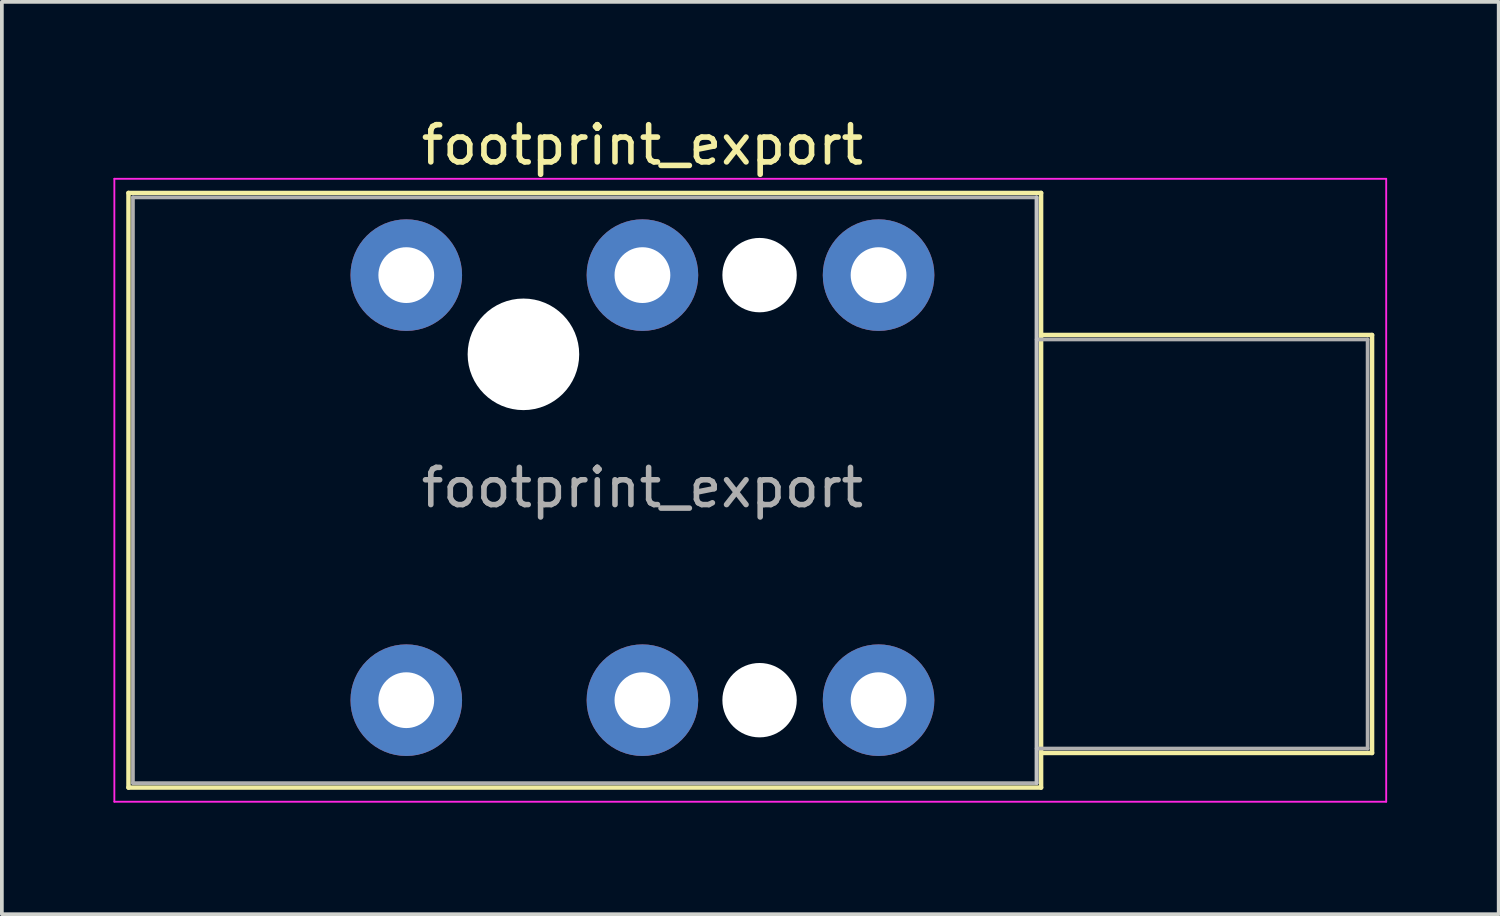
<source format=kicad_pcb>
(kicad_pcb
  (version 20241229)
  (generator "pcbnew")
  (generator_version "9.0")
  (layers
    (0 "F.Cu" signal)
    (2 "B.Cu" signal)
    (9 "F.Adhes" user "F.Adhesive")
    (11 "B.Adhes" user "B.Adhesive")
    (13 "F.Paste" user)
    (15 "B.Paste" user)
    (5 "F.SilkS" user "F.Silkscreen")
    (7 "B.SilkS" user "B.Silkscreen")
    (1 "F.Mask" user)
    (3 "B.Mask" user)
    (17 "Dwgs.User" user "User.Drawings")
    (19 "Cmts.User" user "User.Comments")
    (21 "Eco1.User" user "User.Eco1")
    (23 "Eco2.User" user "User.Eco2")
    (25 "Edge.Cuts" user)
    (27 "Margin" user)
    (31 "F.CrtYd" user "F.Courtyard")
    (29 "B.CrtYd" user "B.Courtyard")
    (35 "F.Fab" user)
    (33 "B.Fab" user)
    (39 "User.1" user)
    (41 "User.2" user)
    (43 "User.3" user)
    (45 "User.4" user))
  (footprint "footprint_export"
    (layer "F.Cu")
    (at 7.875 4.348)
    (property "Reference" "footprint_export" (at 6.35 -3.5 0) (layer "F.SilkS") (effects (font (size 1 1) (thickness 0.15))))
    (attr through_hole)
    (fp_line (start -7.47 -2.21) (end 17.07 -2.21) (stroke (width 0.12) (type solid)) (layer "F.SilkS"))
    (fp_line (start -7.47 13.78) (end -7.47 -2.21) (stroke (width 0.12) (type solid)) (layer "F.SilkS"))
    (fp_line (start -7.47 13.78) (end 17.07 13.78) (stroke (width 0.12) (type solid)) (layer "F.SilkS"))
    (fp_line (start 17.07 -2.21) (end 17.07 13.78) (stroke (width 0.12) (type solid)) (layer "F.SilkS"))
    (fp_line (start 25.97 1.61) (end 17.07 1.61) (stroke (width 0.12) (type solid)) (layer "F.SilkS"))
    (fp_line (start 25.97 12.85) (end 17.07 12.85) (stroke (width 0.12) (type solid)) (layer "F.SilkS"))
    (fp_line (start 25.97 12.85) (end 25.97 1.61) (stroke (width 0.12) (type solid)) (layer "F.SilkS"))
    (fp_line (start 16.95 -2.09) (end 16.95 13.66) (stroke (width 0.1) (type solid)) (layer "Dwgs.User"))
    (fp_line (start -7.85 14.16) (end -7.85 -2.59) (stroke (width 0.05) (type solid)) (layer "F.CrtYd"))
    (fp_line (start -7.85 14.16) (end 26.35 14.16) (stroke (width 0.05) (type solid)) (layer "F.CrtYd"))
    (fp_line (start 26.35 -2.59) (end -7.85 -2.59) (stroke (width 0.05) (type solid)) (layer "F.CrtYd"))
    (fp_line (start 26.35 14.16) (end 26.35 -2.59) (stroke (width 0.05) (type solid)) (layer "F.CrtYd"))
    (fp_line (start -7.35 -2.09) (end 16.95 -2.09) (stroke (width 0.1) (type solid)) (layer "F.Fab"))
    (fp_line (start -7.35 13.66) (end -7.35 -2.09) (stroke (width 0.1) (type solid)) (layer "F.Fab"))
    (fp_line (start 16.95 -2.09) (end 16.95 13.66) (stroke (width 0.1) (type solid)) (layer "F.Fab"))
    (fp_line (start 16.95 12.73) (end 25.85 12.73) (stroke (width 0.1) (type solid)) (layer "F.Fab"))
    (fp_line (start 16.95 13.66) (end -7.35 13.66) (stroke (width 0.1) (type solid)) (layer "F.Fab"))
    (fp_line (start 25.85 1.73) (end 16.95 1.73) (stroke (width 0.1) (type solid)) (layer "F.Fab"))
    (fp_line (start 25.85 12.73) (end 25.85 1.73) (stroke (width 0.1) (type solid)) (layer "F.Fab"))
    (fp_text user "${REFERENCE}" (at 6.35 5.715 0) (layer "F.Fab") (effects (font (size 1 1) (thickness 0.15))))
    (pad "" np_thru_hole circle (at 3.15 2.13) (size 3 3) (drill 3) (layers "*.Cu" "*.Mask"))
    (pad "" np_thru_hole circle (at 9.5 0) (size 2 2) (drill 2) (layers "*.Cu" "*.Mask"))
    (pad "" np_thru_hole circle (at 9.5 11.43) (size 2 2) (drill 2) (layers "*.Cu" "*.Mask"))
    (pad "G" thru_hole circle (at 12.7 11.43) (size 3 3) (drill 1.5) (layers "*.Cu" "*.Mask"))
    (pad "R" thru_hole circle (at 6.35 0) (size 3 3) (drill 1.5) (layers "*.Cu" "*.Mask"))
    (pad "RN" thru_hole circle (at 6.35 11.43) (size 3 3) (drill 1.5) (layers "*.Cu" "*.Mask"))
    (pad "S" thru_hole circle (at 12.7 0) (size 3 3) (drill 1.5) (layers "*.Cu" "*.Mask"))
    (pad "T" thru_hole circle (at 0 0) (size 3 3) (drill 1.5) (layers "*.Cu" "*.Mask"))
    (pad "TN" thru_hole circle (at 0 11.43) (size 3 3) (drill 1.5) (layers "*.Cu" "*.Mask")))
  (gr_rect
    (start -3 -3)
    (end 37.25 21.533)
    (stroke (width 0.1) (type default))
    (fill no)
    (layer "Edge.Cuts")))
</source>
